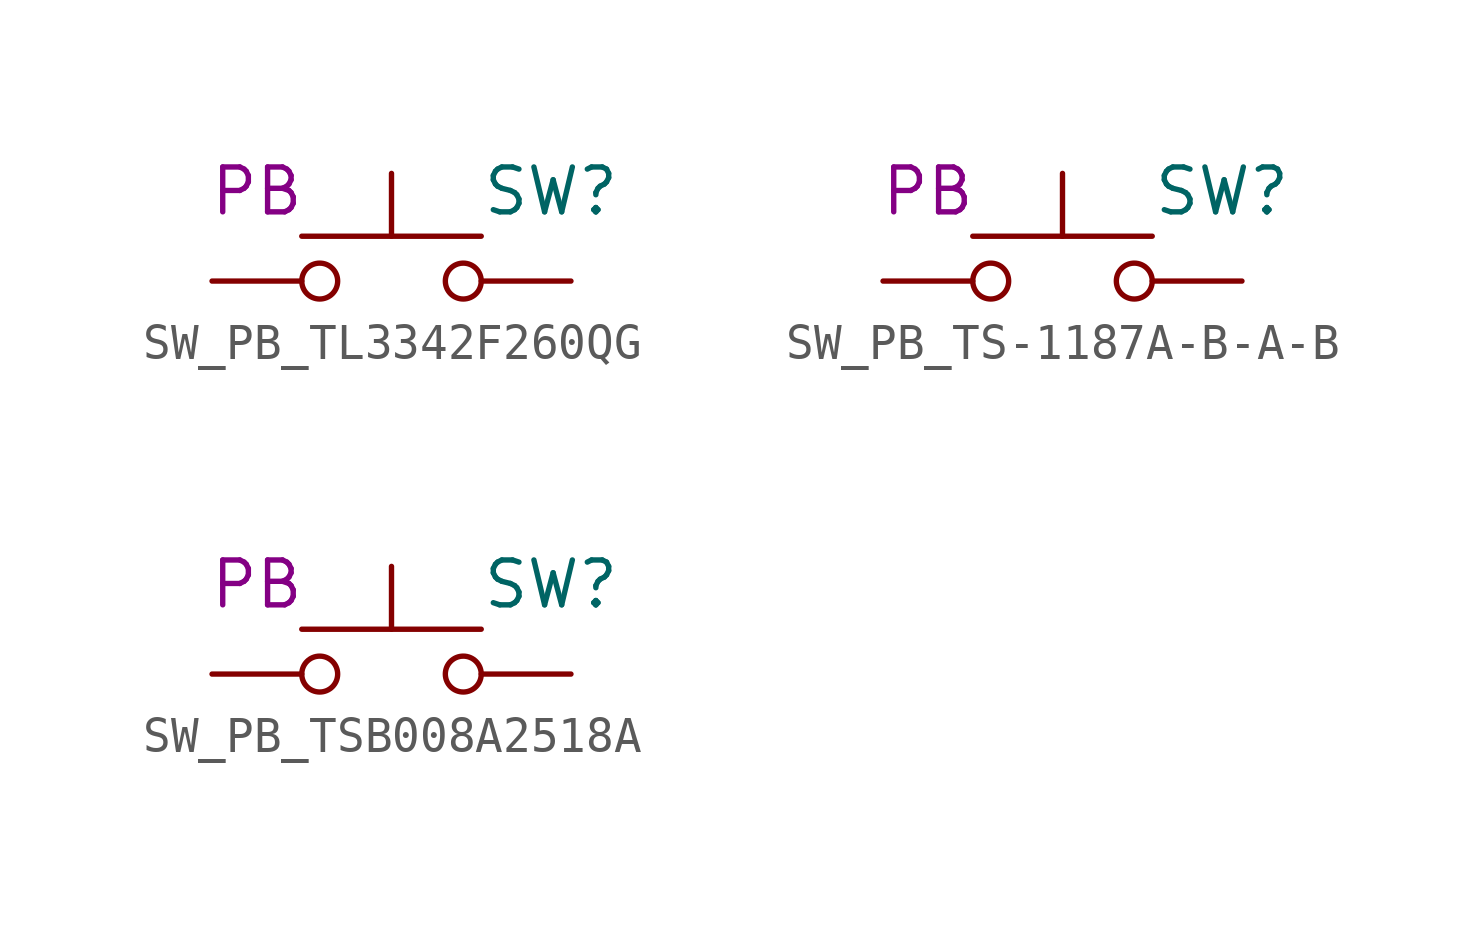
<source format=kicad_sym>
(kicad_symbol_lib
  (version 20231120)
  (generator "kicad_symbol_editor")
  (generator_version "8.0")
  (symbol "SW_PB_TL3342F260QG"
    (pin_numbers hide)
    (pin_names
      (offset 1.016) hide)
    (property "Reference" "SW"
      (at 2.54 2.54 0)
      (effects (font (size 1.27 1.27)) (justify left)))
    (property "UserValue" "PB"
      (at -3.81 2.54 0)
      (effects (font (size 1.27 1.27))))
    (symbol "SW_PB_TL3342F260QG_0_1"
      (circle (center -2.032 0) (radius 0.508) (stroke (width 0) (type default)) (fill (type none)))
      (polyline (pts (xy 0 1.27) (xy 0 3.048)) (stroke (width 0) (type default)) (fill (type none)))
      (polyline (pts (xy 2.54 1.27) (xy -2.54 1.27)) (stroke (width 0) (type default)) (fill (type none)))
      (circle (center 2.032 0) (radius 0.508) (stroke (width 0) (type default)) (fill (type none)))
      (pin passive line (at -5.08 0 0) (length 2.54) (name "1" (effects (font (size 1.27 1.27)))) (number "1" (effects (font (size 1.27 1.27)))))
      (pin passive line (at 5.08 0 180) (length 2.54) (name "2" (effects (font (size 1.27 1.27)))) (number "2" (effects (font (size 1.27 1.27)))))))
  (symbol "SW_PB_TS-1187A-B-A-B"
    (pin_numbers hide)
    (pin_names
      (offset 1.016) hide)
    (property "Reference" "SW"
      (at 2.54 2.54 0)
      (effects (font (size 1.27 1.27)) (justify left)))
    (property "UserValue" "PB"
      (at -3.81 2.54 0)
      (effects (font (size 1.27 1.27))))
    (symbol "SW_PB_TS-1187A-B-A-B_0_1"
      (circle (center -2.032 0) (radius 0.508) (stroke (width 0) (type default)) (fill (type none)))
      (polyline (pts (xy 0 1.27) (xy 0 3.048)) (stroke (width 0) (type default)) (fill (type none)))
      (polyline (pts (xy 2.54 1.27) (xy -2.54 1.27)) (stroke (width 0) (type default)) (fill (type none)))
      (circle (center 2.032 0) (radius 0.508) (stroke (width 0) (type default)) (fill (type none)))
      (pin passive line (at -5.08 0 0) (length 2.54) (name "1" (effects (font (size 1.27 1.27)))) (number "1" (effects (font (size 1.27 1.27)))))
      (pin passive line (at 5.08 0 180) (length 2.54) (name "2" (effects (font (size 1.27 1.27)))) (number "2" (effects (font (size 1.27 1.27)))))))
  (symbol "SW_PB_TSB008A2518A"
    (pin_numbers hide)
    (pin_names
      (offset 1.016) hide)
    (property "Reference" "SW"
      (at 2.54 2.54 0)
      (effects (font (size 1.27 1.27)) (justify left)))
    (property "UserValue" "PB"
      (at -3.81 2.54 0)
      (effects (font (size 1.27 1.27))))
    (symbol "SW_PB_TSB008A2518A_0_1"
      (circle (center -2.032 0) (radius 0.508) (stroke (width 0) (type default)) (fill (type none)))
      (polyline (pts (xy 0 1.27) (xy 0 3.048)) (stroke (width 0) (type default)) (fill (type none)))
      (polyline (pts (xy 2.54 1.27) (xy -2.54 1.27)) (stroke (width 0) (type default)) (fill (type none)))
      (circle (center 2.032 0) (radius 0.508) (stroke (width 0) (type default)) (fill (type none)))
      (pin passive line (at -5.08 0 0) (length 2.54) (name "1" (effects (font (size 1.27 1.27)))) (number "1" (effects (font (size 1.27 1.27)))))
      (pin passive line (at 5.08 0 180) (length 2.54) (name "2" (effects (font (size 1.27 1.27)))) (number "2" (effects (font (size 1.27 1.27))))))))
</source>
